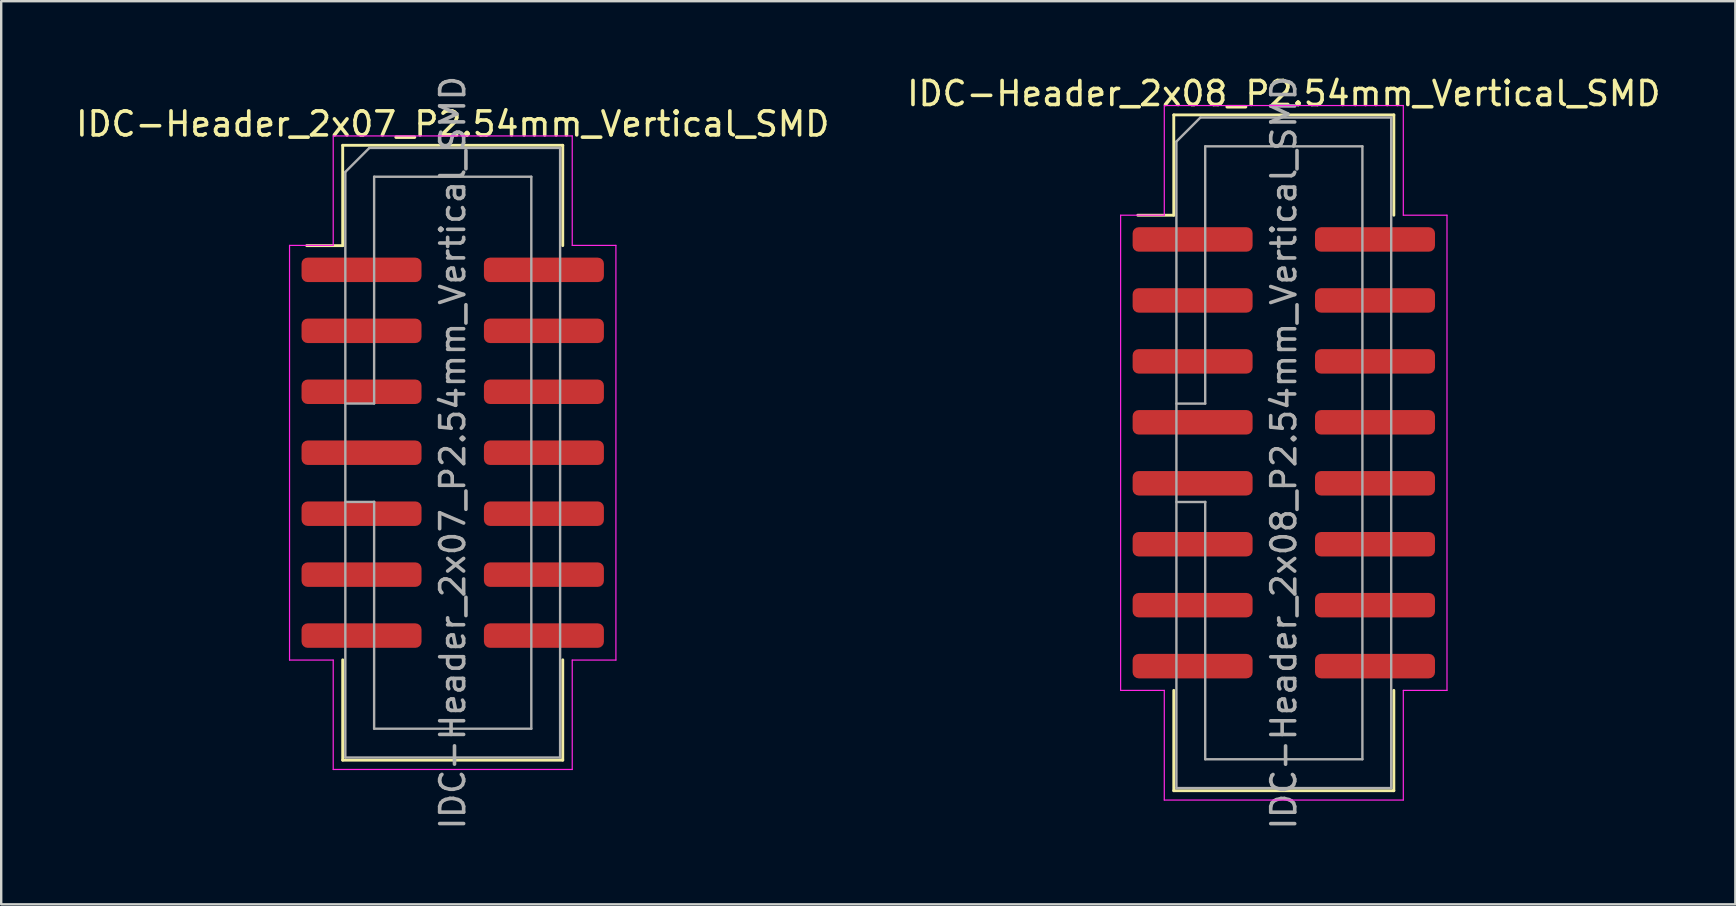
<source format=kicad_pcb>
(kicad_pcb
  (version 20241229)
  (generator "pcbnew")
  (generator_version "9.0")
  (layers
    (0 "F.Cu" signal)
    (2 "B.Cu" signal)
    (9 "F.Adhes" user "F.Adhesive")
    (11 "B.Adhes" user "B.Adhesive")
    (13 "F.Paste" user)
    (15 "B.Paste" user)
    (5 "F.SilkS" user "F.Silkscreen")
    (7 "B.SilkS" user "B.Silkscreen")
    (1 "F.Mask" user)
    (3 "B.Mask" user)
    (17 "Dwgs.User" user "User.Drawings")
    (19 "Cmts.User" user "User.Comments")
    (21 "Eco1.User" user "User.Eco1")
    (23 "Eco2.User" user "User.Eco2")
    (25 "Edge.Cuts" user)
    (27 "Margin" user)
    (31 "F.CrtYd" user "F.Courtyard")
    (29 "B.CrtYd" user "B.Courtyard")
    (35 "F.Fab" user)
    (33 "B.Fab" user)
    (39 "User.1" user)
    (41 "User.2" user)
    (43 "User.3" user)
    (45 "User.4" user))
  (footprint "IDC-Header_2x08_P2.54mm_Vertical_SMD"
    (layer "F.Cu")
    (at 50.446 15.818)
    (property "Reference" "IDC-Header_2x08_P2.54mm_Vertical_SMD" (at 0 -14.97 0) (layer "F.SilkS") (effects (font (size 1 1) (thickness 0.15))))
    (attr smd)
    (fp_line (start -4.585 -14.08) (end 4.585 -14.08) (stroke (width 0.12) (type solid)) (layer "F.SilkS"))
    (fp_line (start -4.585 -9.9) (end -6.085 -9.9) (stroke (width 0.12) (type solid)) (layer "F.SilkS"))
    (fp_line (start -4.585 -9.9) (end -4.585 -14.08) (stroke (width 0.12) (type solid)) (layer "F.SilkS"))
    (fp_line (start -4.585 9.9) (end -4.585 14.08) (stroke (width 0.12) (type solid)) (layer "F.SilkS"))
    (fp_line (start -4.585 14.08) (end 4.585 14.08) (stroke (width 0.12) (type solid)) (layer "F.SilkS"))
    (fp_line (start 4.585 -14.08) (end 4.585 -9.9) (stroke (width 0.12) (type solid)) (layer "F.SilkS"))
    (fp_line (start 4.585 14.08) (end 4.585 9.9) (stroke (width 0.12) (type solid)) (layer "F.SilkS"))
    (fp_line (start -6.8 -9.9) (end -6.8 9.9) (stroke (width 0.05) (type solid)) (layer "F.CrtYd"))
    (fp_line (start -6.8 9.9) (end -4.98 9.9) (stroke (width 0.05) (type solid)) (layer "F.CrtYd"))
    (fp_line (start -4.98 -14.47) (end -4.98 -9.9) (stroke (width 0.05) (type solid)) (layer "F.CrtYd"))
    (fp_line (start -4.98 -9.9) (end -6.8 -9.9) (stroke (width 0.05) (type solid)) (layer "F.CrtYd"))
    (fp_line (start -4.98 9.9) (end -4.98 14.47) (stroke (width 0.05) (type solid)) (layer "F.CrtYd"))
    (fp_line (start -4.98 14.47) (end 4.98 14.47) (stroke (width 0.05) (type solid)) (layer "F.CrtYd"))
    (fp_line (start 4.98 -14.47) (end -4.98 -14.47) (stroke (width 0.05) (type solid)) (layer "F.CrtYd"))
    (fp_line (start 4.98 -9.9) (end 4.98 -14.47) (stroke (width 0.05) (type solid)) (layer "F.CrtYd"))
    (fp_line (start 4.98 9.9) (end 6.8 9.9) (stroke (width 0.05) (type solid)) (layer "F.CrtYd"))
    (fp_line (start 4.98 14.47) (end 4.98 9.9) (stroke (width 0.05) (type solid)) (layer "F.CrtYd"))
    (fp_line (start 6.8 -9.9) (end 4.98 -9.9) (stroke (width 0.05) (type solid)) (layer "F.CrtYd"))
    (fp_line (start 6.8 9.9) (end 6.8 -9.9) (stroke (width 0.05) (type solid)) (layer "F.CrtYd"))
    (fp_line (start -4.475 -12.97) (end -3.475 -13.97) (stroke (width 0.1) (type solid)) (layer "F.Fab"))
    (fp_line (start -4.475 -2.05) (end -3.275 -2.05) (stroke (width 0.1) (type solid)) (layer "F.Fab"))
    (fp_line (start -4.475 13.97) (end -4.475 -12.97) (stroke (width 0.1) (type solid)) (layer "F.Fab"))
    (fp_line (start -3.475 -13.97) (end 4.475 -13.97) (stroke (width 0.1) (type solid)) (layer "F.Fab"))
    (fp_line (start -3.275 -12.77) (end 3.275 -12.77) (stroke (width 0.1) (type solid)) (layer "F.Fab"))
    (fp_line (start -3.275 -2.05) (end -3.275 -12.77) (stroke (width 0.1) (type solid)) (layer "F.Fab"))
    (fp_line (start -3.275 2.05) (end -4.475 2.05) (stroke (width 0.1) (type solid)) (layer "F.Fab"))
    (fp_line (start -3.275 2.05) (end -3.275 2.05) (stroke (width 0.1) (type solid)) (layer "F.Fab"))
    (fp_line (start -3.275 12.77) (end -3.275 2.05) (stroke (width 0.1) (type solid)) (layer "F.Fab"))
    (fp_line (start 3.275 -12.77) (end 3.275 12.77) (stroke (width 0.1) (type solid)) (layer "F.Fab"))
    (fp_line (start 3.275 12.77) (end -3.275 12.77) (stroke (width 0.1) (type solid)) (layer "F.Fab"))
    (fp_line (start 4.475 -13.97) (end 4.475 13.97) (stroke (width 0.1) (type solid)) (layer "F.Fab"))
    (fp_line (start 4.475 13.97) (end -4.475 13.97) (stroke (width 0.1) (type solid)) (layer "F.Fab"))
    (fp_text user "${REFERENCE}" (at 0 0 90) (layer "F.Fab") (effects (font (size 1 1) (thickness 0.15))))
    (pad "1" smd roundrect (at -3.8 -8.89) (size 5 1.02) (layers "F.Cu" "F.Mask" "F.Paste") (roundrect_rratio 0.25))
    (pad "2" smd roundrect (at 3.8 -8.89) (size 5 1.02) (layers "F.Cu" "F.Mask" "F.Paste") (roundrect_rratio 0.25))
    (pad "3" smd roundrect (at -3.8 -6.35) (size 5 1.02) (layers "F.Cu" "F.Mask" "F.Paste") (roundrect_rratio 0.25))
    (pad "4" smd roundrect (at 3.8 -6.35) (size 5 1.02) (layers "F.Cu" "F.Mask" "F.Paste") (roundrect_rratio 0.25))
    (pad "5" smd roundrect (at -3.8 -3.81) (size 5 1.02) (layers "F.Cu" "F.Mask" "F.Paste") (roundrect_rratio 0.25))
    (pad "6" smd roundrect (at 3.8 -3.81) (size 5 1.02) (layers "F.Cu" "F.Mask" "F.Paste") (roundrect_rratio 0.25))
    (pad "7" smd roundrect (at -3.8 -1.27) (size 5 1.02) (layers "F.Cu" "F.Mask" "F.Paste") (roundrect_rratio 0.25))
    (pad "8" smd roundrect (at 3.8 -1.27) (size 5 1.02) (layers "F.Cu" "F.Mask" "F.Paste") (roundrect_rratio 0.25))
    (pad "9" smd roundrect (at -3.8 1.27) (size 5 1.02) (layers "F.Cu" "F.Mask" "F.Paste") (roundrect_rratio 0.25))
    (pad "10" smd roundrect (at 3.8 1.27) (size 5 1.02) (layers "F.Cu" "F.Mask" "F.Paste") (roundrect_rratio 0.25))
    (pad "11" smd roundrect (at -3.8 3.81) (size 5 1.02) (layers "F.Cu" "F.Mask" "F.Paste") (roundrect_rratio 0.25))
    (pad "12" smd roundrect (at 3.8 3.81) (size 5 1.02) (layers "F.Cu" "F.Mask" "F.Paste") (roundrect_rratio 0.25))
    (pad "13" smd roundrect (at -3.8 6.35) (size 5 1.02) (layers "F.Cu" "F.Mask" "F.Paste") (roundrect_rratio 0.25))
    (pad "14" smd roundrect (at 3.8 6.35) (size 5 1.02) (layers "F.Cu" "F.Mask" "F.Paste") (roundrect_rratio 0.25))
    (pad "15" smd roundrect (at -3.8 8.89) (size 5 1.02) (layers "F.Cu" "F.Mask" "F.Paste") (roundrect_rratio 0.25))
    (pad "16" smd roundrect (at 3.8 8.89) (size 5 1.02) (layers "F.Cu" "F.Mask" "F.Paste") (roundrect_rratio 0.25)))
  (footprint "IDC-Header_2x07_P2.54mm_Vertical_SMD"
    (layer "F.Cu")
    (at 15.815 15.815)
    (property "Reference" "IDC-Header_2x07_P2.54mm_Vertical_SMD" (at 0 -13.7 0) (layer "F.SilkS") (effects (font (size 1 1) (thickness 0.15))))
    (attr smd)
    (fp_line (start -4.585 -12.81) (end 4.585 -12.81) (stroke (width 0.12) (type solid)) (layer "F.SilkS"))
    (fp_line (start -4.585 -8.63) (end -6.085 -8.63) (stroke (width 0.12) (type solid)) (layer "F.SilkS"))
    (fp_line (start -4.585 -8.63) (end -4.585 -12.81) (stroke (width 0.12) (type solid)) (layer "F.SilkS"))
    (fp_line (start -4.585 8.63) (end -4.585 12.81) (stroke (width 0.12) (type solid)) (layer "F.SilkS"))
    (fp_line (start -4.585 12.81) (end 4.585 12.81) (stroke (width 0.12) (type solid)) (layer "F.SilkS"))
    (fp_line (start 4.585 -12.81) (end 4.585 -8.63) (stroke (width 0.12) (type solid)) (layer "F.SilkS"))
    (fp_line (start 4.585 12.81) (end 4.585 8.63) (stroke (width 0.12) (type solid)) (layer "F.SilkS"))
    (fp_line (start -6.8 -8.64) (end -6.8 8.64) (stroke (width 0.05) (type solid)) (layer "F.CrtYd"))
    (fp_line (start -6.8 8.64) (end -4.98 8.64) (stroke (width 0.05) (type solid)) (layer "F.CrtYd"))
    (fp_line (start -4.98 -13.2) (end -4.98 -8.64) (stroke (width 0.05) (type solid)) (layer "F.CrtYd"))
    (fp_line (start -4.98 -8.64) (end -6.8 -8.64) (stroke (width 0.05) (type solid)) (layer "F.CrtYd"))
    (fp_line (start -4.98 8.64) (end -4.98 13.2) (stroke (width 0.05) (type solid)) (layer "F.CrtYd"))
    (fp_line (start -4.98 13.2) (end 4.98 13.2) (stroke (width 0.05) (type solid)) (layer "F.CrtYd"))
    (fp_line (start 4.98 -13.2) (end -4.98 -13.2) (stroke (width 0.05) (type solid)) (layer "F.CrtYd"))
    (fp_line (start 4.98 -8.64) (end 4.98 -13.2) (stroke (width 0.05) (type solid)) (layer "F.CrtYd"))
    (fp_line (start 4.98 8.64) (end 6.8 8.64) (stroke (width 0.05) (type solid)) (layer "F.CrtYd"))
    (fp_line (start 4.98 13.2) (end 4.98 8.64) (stroke (width 0.05) (type solid)) (layer "F.CrtYd"))
    (fp_line (start 6.8 -8.64) (end 4.98 -8.64) (stroke (width 0.05) (type solid)) (layer "F.CrtYd"))
    (fp_line (start 6.8 8.64) (end 6.8 -8.64) (stroke (width 0.05) (type solid)) (layer "F.CrtYd"))
    (fp_line (start -4.475 -11.7) (end -3.475 -12.7) (stroke (width 0.1) (type solid)) (layer "F.Fab"))
    (fp_line (start -4.475 -2.05) (end -3.275 -2.05) (stroke (width 0.1) (type solid)) (layer "F.Fab"))
    (fp_line (start -4.475 12.7) (end -4.475 -11.7) (stroke (width 0.1) (type solid)) (layer "F.Fab"))
    (fp_line (start -3.475 -12.7) (end 4.475 -12.7) (stroke (width 0.1) (type solid)) (layer "F.Fab"))
    (fp_line (start -3.275 -11.5) (end 3.275 -11.5) (stroke (width 0.1) (type solid)) (layer "F.Fab"))
    (fp_line (start -3.275 -2.05) (end -3.275 -11.5) (stroke (width 0.1) (type solid)) (layer "F.Fab"))
    (fp_line (start -3.275 2.05) (end -4.475 2.05) (stroke (width 0.1) (type solid)) (layer "F.Fab"))
    (fp_line (start -3.275 2.05) (end -3.275 2.05) (stroke (width 0.1) (type solid)) (layer "F.Fab"))
    (fp_line (start -3.275 11.5) (end -3.275 2.05) (stroke (width 0.1) (type solid)) (layer "F.Fab"))
    (fp_line (start 3.275 -11.5) (end 3.275 11.5) (stroke (width 0.1) (type solid)) (layer "F.Fab"))
    (fp_line (start 3.275 11.5) (end -3.275 11.5) (stroke (width 0.1) (type solid)) (layer "F.Fab"))
    (fp_line (start 4.475 -12.7) (end 4.475 12.7) (stroke (width 0.1) (type solid)) (layer "F.Fab"))
    (fp_line (start 4.475 12.7) (end -4.475 12.7) (stroke (width 0.1) (type solid)) (layer "F.Fab"))
    (fp_text user "${REFERENCE}" (at 0 0 90) (layer "F.Fab") (effects (font (size 1 1) (thickness 0.15))))
    (pad "1" smd roundrect (at -3.8 -7.62) (size 5 1.02) (layers "F.Cu" "F.Mask" "F.Paste") (roundrect_rratio 0.25))
    (pad "2" smd roundrect (at 3.8 -7.62) (size 5 1.02) (layers "F.Cu" "F.Mask" "F.Paste") (roundrect_rratio 0.25))
    (pad "3" smd roundrect (at -3.8 -5.08) (size 5 1.02) (layers "F.Cu" "F.Mask" "F.Paste") (roundrect_rratio 0.25))
    (pad "4" smd roundrect (at 3.8 -5.08) (size 5 1.02) (layers "F.Cu" "F.Mask" "F.Paste") (roundrect_rratio 0.25))
    (pad "5" smd roundrect (at -3.8 -2.54) (size 5 1.02) (layers "F.Cu" "F.Mask" "F.Paste") (roundrect_rratio 0.25))
    (pad "6" smd roundrect (at 3.8 -2.54) (size 5 1.02) (layers "F.Cu" "F.Mask" "F.Paste") (roundrect_rratio 0.25))
    (pad "7" smd roundrect (at -3.8 0) (size 5 1.02) (layers "F.Cu" "F.Mask" "F.Paste") (roundrect_rratio 0.25))
    (pad "8" smd roundrect (at 3.8 0) (size 5 1.02) (layers "F.Cu" "F.Mask" "F.Paste") (roundrect_rratio 0.25))
    (pad "9" smd roundrect (at -3.8 2.54) (size 5 1.02) (layers "F.Cu" "F.Mask" "F.Paste") (roundrect_rratio 0.25))
    (pad "10" smd roundrect (at 3.8 2.54) (size 5 1.02) (layers "F.Cu" "F.Mask" "F.Paste") (roundrect_rratio 0.25))
    (pad "11" smd roundrect (at -3.8 5.08) (size 5 1.02) (layers "F.Cu" "F.Mask" "F.Paste") (roundrect_rratio 0.25))
    (pad "12" smd roundrect (at 3.8 5.08) (size 5 1.02) (layers "F.Cu" "F.Mask" "F.Paste") (roundrect_rratio 0.25))
    (pad "13" smd roundrect (at -3.8 7.62) (size 5 1.02) (layers "F.Cu" "F.Mask" "F.Paste") (roundrect_rratio 0.25))
    (pad "14" smd roundrect (at 3.8 7.62) (size 5 1.02) (layers "F.Cu" "F.Mask" "F.Paste") (roundrect_rratio 0.25)))
  (gr_rect
    (start -3 -3)
    (end 69.262 34.634)
    (stroke (width 0.1) (type default))
    (fill no)
    (layer "Edge.Cuts")))
</source>
